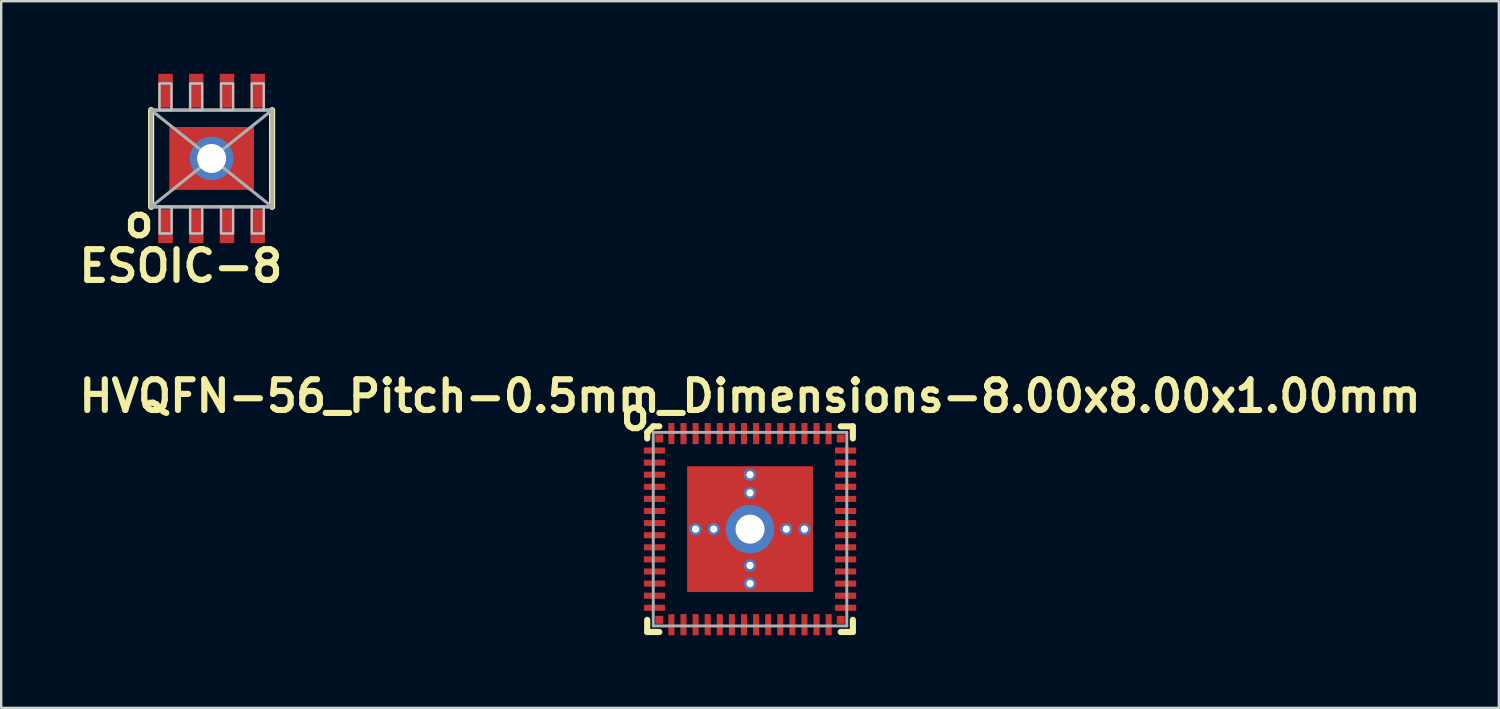
<source format=kicad_pcb>
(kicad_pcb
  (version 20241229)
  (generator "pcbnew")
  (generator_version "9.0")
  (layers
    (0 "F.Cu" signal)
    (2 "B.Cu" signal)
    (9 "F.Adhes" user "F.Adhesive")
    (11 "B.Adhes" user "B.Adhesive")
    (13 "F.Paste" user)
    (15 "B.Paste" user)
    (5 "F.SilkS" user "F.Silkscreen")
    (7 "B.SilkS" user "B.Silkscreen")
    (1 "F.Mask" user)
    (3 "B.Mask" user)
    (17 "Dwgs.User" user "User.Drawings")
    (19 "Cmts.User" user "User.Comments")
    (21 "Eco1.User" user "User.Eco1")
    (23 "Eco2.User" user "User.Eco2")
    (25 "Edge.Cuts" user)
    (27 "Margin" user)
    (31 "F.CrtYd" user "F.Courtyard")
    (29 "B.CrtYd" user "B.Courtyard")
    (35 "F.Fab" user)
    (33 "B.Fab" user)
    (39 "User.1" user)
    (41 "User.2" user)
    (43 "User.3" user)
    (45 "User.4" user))
  (footprint "HVQFN-56_Pitch-0.5mm_Dimensions-8.00x8.00x1.00mm"
    (layer "F.Cu")
    (at 27.952 18.822)
    (property "Reference" "HVQFN-56_Pitch-0.5mm_Dimensions-8.00x8.00x1.00mm" (at 0 -5.5 0) (layer "F.SilkS") (effects (font (size 1.27 1.27) (thickness 0.254))))
    (attr smd)
    (fp_line (start -4.25 -4) (end -4.25 -3.75) (stroke (width 0.254) (type solid)) (layer "F.SilkS"))
    (fp_line (start -4.25 3.75) (end -4.25 4.25) (stroke (width 0.254) (type solid)) (layer "F.SilkS"))
    (fp_line (start -4.25 4.25) (end -3.75 4.25) (stroke (width 0.254) (type solid)) (layer "F.SilkS"))
    (fp_line (start -4 -4.25) (end -4.25 -4) (stroke (width 0.254) (type solid)) (layer "F.SilkS"))
    (fp_line (start -3.75 -4.25) (end -4 -4.25) (stroke (width 0.254) (type solid)) (layer "F.SilkS"))
    (fp_line (start 3.75 4.25) (end 4.25 4.25) (stroke (width 0.254) (type solid)) (layer "F.SilkS"))
    (fp_line (start 4.25 -4.25) (end 3.75 -4.25) (stroke (width 0.254) (type solid)) (layer "F.SilkS"))
    (fp_line (start 4.25 -3.75) (end 4.25 -4.25) (stroke (width 0.254) (type solid)) (layer "F.SilkS"))
    (fp_line (start 4.25 4.25) (end 4.25 3.75) (stroke (width 0.254) (type solid)) (layer "F.SilkS"))
    (fp_line (start -4 -4) (end 4 -4) (stroke (width 0.12) (type solid)) (layer "F.Fab"))
    (fp_line (start -4 4) (end -4 -4) (stroke (width 0.12) (type solid)) (layer "F.Fab"))
    (fp_line (start 4 -4) (end 4 4) (stroke (width 0.12) (type solid)) (layer "F.Fab"))
    (fp_line (start 4 4) (end -4 4) (stroke (width 0.12) (type solid)) (layer "F.Fab"))
    (fp_text user "o" (at -4.75 -4.75 0) (layer "F.SilkS") (effects (font (size 1.27 1.27) (thickness 0.254))))
    (pad "" smd rect (at -1.5 -1.5 180) (size 2 2) (layers "F.Paste"))
    (pad "" smd rect (at -1.5 1.5 180) (size 2 2) (layers "F.Paste"))
    (pad "" smd rect (at 1.5 -1.5 180) (size 2 2) (layers "F.Paste"))
    (pad "" smd rect (at 1.5 1.5 180) (size 2 2) (layers "F.Paste"))
    (pad "0" smd rect (at -3.75 -3.75 90) (size 0.33 0.33) (layers "F.Cu" "F.Mask" "F.Paste"))
    (pad "0" smd rect (at -3.75 3.75 90) (size 0.33 0.33) (layers "F.Cu" "F.Mask" "F.Paste"))
    (pad "0" smd rect (at 3.75 -3.75 90) (size 0.33 0.33) (layers "F.Cu" "F.Mask" "F.Paste"))
    (pad "0" smd rect (at 3.75 3.75 90) (size 0.33 0.33) (layers "F.Cu" "F.Mask" "F.Paste"))
    (pad "1" smd rect (at -3.95 -3.25 90) (size 0.25 0.875) (layers "F.Cu" "F.Mask" "F.Paste"))
    (pad "2" smd rect (at -3.95 -2.75 90) (size 0.25 0.875) (layers "F.Cu" "F.Mask" "F.Paste"))
    (pad "3" smd rect (at -3.95 -2.25 90) (size 0.25 0.875) (layers "F.Cu" "F.Mask" "F.Paste"))
    (pad "4" smd rect (at -3.95 -1.75 90) (size 0.25 0.875) (layers "F.Cu" "F.Mask" "F.Paste"))
    (pad "5" smd rect (at -3.95 -1.25 90) (size 0.25 0.875) (layers "F.Cu" "F.Mask" "F.Paste"))
    (pad "6" smd rect (at -3.95 -0.75 90) (size 0.25 0.875) (layers "F.Cu" "F.Mask" "F.Paste"))
    (pad "7" smd rect (at -3.95 -0.25 90) (size 0.25 0.875) (layers "F.Cu" "F.Mask" "F.Paste"))
    (pad "8" smd rect (at -3.95 0.25 90) (size 0.25 0.875) (layers "F.Cu" "F.Mask" "F.Paste"))
    (pad "9" smd rect (at -3.95 0.75 90) (size 0.25 0.875) (layers "F.Cu" "F.Mask" "F.Paste"))
    (pad "10" smd rect (at -3.95 1.25 90) (size 0.25 0.875) (layers "F.Cu" "F.Mask" "F.Paste"))
    (pad "11" smd rect (at -3.95 1.75 90) (size 0.25 0.875) (layers "F.Cu" "F.Mask" "F.Paste"))
    (pad "12" smd rect (at -3.95 2.25 90) (size 0.25 0.875) (layers "F.Cu" "F.Mask" "F.Paste"))
    (pad "13" smd rect (at -3.95 2.75 90) (size 0.25 0.875) (layers "F.Cu" "F.Mask" "F.Paste"))
    (pad "14" smd rect (at -3.95 3.25 90) (size 0.25 0.875) (layers "F.Cu" "F.Mask" "F.Paste"))
    (pad "15" smd rect (at -3.25 3.95 180) (size 0.25 0.875) (layers "F.Cu" "F.Mask" "F.Paste"))
    (pad "16" smd rect (at -2.75 3.95 180) (size 0.25 0.875) (layers "F.Cu" "F.Mask" "F.Paste"))
    (pad "17" smd rect (at -2.25 3.95 180) (size 0.25 0.875) (layers "F.Cu" "F.Mask" "F.Paste"))
    (pad "18" smd rect (at -1.75 3.95 180) (size 0.25 0.875) (layers "F.Cu" "F.Mask" "F.Paste"))
    (pad "19" smd rect (at -1.25 3.95 180) (size 0.25 0.875) (layers "F.Cu" "F.Mask" "F.Paste"))
    (pad "20" smd rect (at -0.75 3.95 180) (size 0.25 0.875) (layers "F.Cu" "F.Mask" "F.Paste"))
    (pad "21" smd rect (at -0.25 3.95 180) (size 0.25 0.875) (layers "F.Cu" "F.Mask" "F.Paste"))
    (pad "22" smd rect (at 0.25 3.95 180) (size 0.25 0.875) (layers "F.Cu" "F.Mask" "F.Paste"))
    (pad "23" smd rect (at 0.75 3.95 180) (size 0.25 0.875) (layers "F.Cu" "F.Mask" "F.Paste"))
    (pad "24" smd rect (at 1.25 3.95 180) (size 0.25 0.875) (layers "F.Cu" "F.Mask" "F.Paste"))
    (pad "25" smd rect (at 1.75 3.95 180) (size 0.25 0.875) (layers "F.Cu" "F.Mask" "F.Paste"))
    (pad "26" smd rect (at 2.25 3.95 180) (size 0.25 0.875) (layers "F.Cu" "F.Mask" "F.Paste"))
    (pad "27" smd rect (at 2.75 3.95 180) (size 0.25 0.875) (layers "F.Cu" "F.Mask" "F.Paste"))
    (pad "28" smd rect (at 3.25 3.95 180) (size 0.25 0.875) (layers "F.Cu" "F.Mask" "F.Paste"))
    (pad "29" smd rect (at 3.95 3.25 90) (size 0.25 0.875) (layers "F.Cu" "F.Mask" "F.Paste"))
    (pad "30" smd rect (at 3.95 2.75 90) (size 0.25 0.875) (layers "F.Cu" "F.Mask" "F.Paste"))
    (pad "31" smd rect (at 3.95 2.25 90) (size 0.25 0.875) (layers "F.Cu" "F.Mask" "F.Paste"))
    (pad "32" smd rect (at 3.95 1.75 90) (size 0.25 0.875) (layers "F.Cu" "F.Mask" "F.Paste"))
    (pad "33" smd rect (at 3.95 1.25 90) (size 0.25 0.875) (layers "F.Cu" "F.Mask" "F.Paste"))
    (pad "34" smd rect (at 3.95 0.75 90) (size 0.25 0.875) (layers "F.Cu" "F.Mask" "F.Paste"))
    (pad "35" smd rect (at 3.95 0.25 90) (size 0.25 0.875) (layers "F.Cu" "F.Mask" "F.Paste"))
    (pad "36" smd rect (at 3.95 -0.25 90) (size 0.25 0.875) (layers "F.Cu" "F.Mask" "F.Paste"))
    (pad "37" smd rect (at 3.95 -0.75 90) (size 0.25 0.875) (layers "F.Cu" "F.Mask" "F.Paste"))
    (pad "38" smd rect (at 3.95 -1.25 90) (size 0.25 0.875) (layers "F.Cu" "F.Mask" "F.Paste"))
    (pad "39" smd rect (at 3.95 -1.75 90) (size 0.25 0.875) (layers "F.Cu" "F.Mask" "F.Paste"))
    (pad "40" smd rect (at 3.95 -2.25 90) (size 0.25 0.875) (layers "F.Cu" "F.Mask" "F.Paste"))
    (pad "41" smd rect (at 3.95 -2.75 90) (size 0.25 0.875) (layers "F.Cu" "F.Mask" "F.Paste"))
    (pad "42" smd rect (at 3.95 -3.25 90) (size 0.25 0.875) (layers "F.Cu" "F.Mask" "F.Paste"))
    (pad "43" smd rect (at 3.25 -3.95 180) (size 0.25 0.875) (layers "F.Cu" "F.Mask" "F.Paste"))
    (pad "44" smd rect (at 2.75 -3.95 180) (size 0.25 0.875) (layers "F.Cu" "F.Mask" "F.Paste"))
    (pad "45" smd rect (at 2.25 -3.95 180) (size 0.25 0.875) (layers "F.Cu" "F.Mask" "F.Paste"))
    (pad "46" smd rect (at 1.75 -3.95 180) (size 0.25 0.875) (layers "F.Cu" "F.Mask" "F.Paste"))
    (pad "47" smd rect (at 1.25 -3.95 180) (size 0.25 0.875) (layers "F.Cu" "F.Mask" "F.Paste"))
    (pad "48" smd rect (at 0.75 -3.95 180) (size 0.25 0.875) (layers "F.Cu" "F.Mask" "F.Paste"))
    (pad "49" smd rect (at 0.25 -3.95 180) (size 0.25 0.875) (layers "F.Cu" "F.Mask" "F.Paste"))
    (pad "50" smd rect (at -0.25 -3.95 180) (size 0.25 0.875) (layers "F.Cu" "F.Mask" "F.Paste"))
    (pad "51" smd rect (at -0.75 -3.95 180) (size 0.25 0.875) (layers "F.Cu" "F.Mask" "F.Paste"))
    (pad "52" smd rect (at -1.25 -3.95 180) (size 0.25 0.875) (layers "F.Cu" "F.Mask" "F.Paste"))
    (pad "53" smd rect (at -1.75 -3.95 180) (size 0.25 0.875) (layers "F.Cu" "F.Mask" "F.Paste"))
    (pad "54" smd rect (at -2.25 -3.95 180) (size 0.25 0.875) (layers "F.Cu" "F.Mask" "F.Paste"))
    (pad "55" smd rect (at -2.75 -3.95 180) (size 0.25 0.875) (layers "F.Cu" "F.Mask" "F.Paste"))
    (pad "56" smd rect (at -3.25 -3.95 180) (size 0.25 0.875) (layers "F.Cu" "F.Mask" "F.Paste"))
    (pad "57" thru_hole oval (at -2.25 0 180) (size 0.5 0.5) (drill 0.3) (layers "*.Cu"))
    (pad "57" thru_hole oval (at -1.5 0 180) (size 0.5 0.5) (drill 0.3) (layers "*.Cu"))
    (pad "57" thru_hole oval (at 0 -2.25 270) (size 0.5 0.5) (drill 0.3) (layers "*.Cu"))
    (pad "57" thru_hole oval (at 0 -1.5 270) (size 0.5 0.5) (drill 0.3) (layers "*.Cu"))
    (pad "57" thru_hole oval (at 0 0 180) (size 2 2) (drill 1.2) (layers "*.Cu" "*.Mask"))
    (pad "57" smd rect (at 0 0 180) (size 5.2 5.2) (layers "F.Cu" "F.Mask"))
    (pad "57" thru_hole oval (at 0 1.5 270) (size 0.5 0.5) (drill 0.3) (layers "*.Cu"))
    (pad "57" thru_hole oval (at 0 2.25 270) (size 0.5 0.5) (drill 0.3) (layers "*.Cu"))
    (pad "57" thru_hole oval (at 1.5 0 180) (size 0.5 0.5) (drill 0.3) (layers "*.Cu"))
    (pad "57" thru_hole oval (at 2.25 0 180) (size 0.5 0.5) (drill 0.3) (layers "*.Cu")))
  (footprint "ESOIC-8"
    (layer "F.Cu")
    (at 5.697 3.5)
    (property "Reference" "ESOIC-8" (at -1.27 4.445 0) (layer "F.SilkS") (effects (font (size 1.27 1.27) (thickness 0.254))))
    (attr smd)
    (fp_line (start -2.5 -2) (end -2.5 2) (stroke (width 0.254) (type solid)) (layer "F.SilkS"))
    (fp_line (start 2.5 -2) (end 2.5 2) (stroke (width 0.254) (type solid)) (layer "F.SilkS"))
    (fp_line (start -2.149 -3.099) (end -1.659 -3.099) (stroke (width 0.066) (type solid)) (layer "Dwgs.User"))
    (fp_line (start -2.149 -1.999) (end -2.149 -3.099) (stroke (width 0.066) (type solid)) (layer "Dwgs.User"))
    (fp_line (start -2.149 -1.999) (end -1.659 -1.999) (stroke (width 0.066) (type solid)) (layer "Dwgs.User"))
    (fp_line (start -2.149 1.999) (end -1.659 1.999) (stroke (width 0.066) (type solid)) (layer "Dwgs.User"))
    (fp_line (start -2.149 3.099) (end -2.149 1.999) (stroke (width 0.066) (type solid)) (layer "Dwgs.User"))
    (fp_line (start -2.149 3.099) (end -1.659 3.099) (stroke (width 0.066) (type solid)) (layer "Dwgs.User"))
    (fp_line (start -1.659 -1.999) (end -1.659 -3.099) (stroke (width 0.066) (type solid)) (layer "Dwgs.User"))
    (fp_line (start -1.659 3.099) (end -1.659 1.999) (stroke (width 0.066) (type solid)) (layer "Dwgs.User"))
    (fp_line (start -0.879 -3.099) (end -0.389 -3.099) (stroke (width 0.066) (type solid)) (layer "Dwgs.User"))
    (fp_line (start -0.879 -1.999) (end -0.879 -3.099) (stroke (width 0.066) (type solid)) (layer "Dwgs.User"))
    (fp_line (start -0.879 -1.999) (end -0.389 -1.999) (stroke (width 0.066) (type solid)) (layer "Dwgs.User"))
    (fp_line (start -0.879 1.999) (end -0.389 1.999) (stroke (width 0.066) (type solid)) (layer "Dwgs.User"))
    (fp_line (start -0.879 3.099) (end -0.879 1.999) (stroke (width 0.066) (type solid)) (layer "Dwgs.User"))
    (fp_line (start -0.879 3.099) (end -0.389 3.099) (stroke (width 0.066) (type solid)) (layer "Dwgs.User"))
    (fp_line (start -0.389 -1.999) (end -0.389 -3.099) (stroke (width 0.066) (type solid)) (layer "Dwgs.User"))
    (fp_line (start -0.389 3.099) (end -0.389 1.999) (stroke (width 0.066) (type solid)) (layer "Dwgs.User"))
    (fp_line (start 0.389 -3.099) (end 0.879 -3.099) (stroke (width 0.066) (type solid)) (layer "Dwgs.User"))
    (fp_line (start 0.389 -1.999) (end 0.389 -3.099) (stroke (width 0.066) (type solid)) (layer "Dwgs.User"))
    (fp_line (start 0.389 -1.999) (end 0.879 -1.999) (stroke (width 0.066) (type solid)) (layer "Dwgs.User"))
    (fp_line (start 0.389 1.999) (end 0.879 1.999) (stroke (width 0.066) (type solid)) (layer "Dwgs.User"))
    (fp_line (start 0.389 3.099) (end 0.389 1.999) (stroke (width 0.066) (type solid)) (layer "Dwgs.User"))
    (fp_line (start 0.389 3.099) (end 0.879 3.099) (stroke (width 0.066) (type solid)) (layer "Dwgs.User"))
    (fp_line (start 0.879 -1.999) (end 0.879 -3.099) (stroke (width 0.066) (type solid)) (layer "Dwgs.User"))
    (fp_line (start 0.879 3.099) (end 0.879 1.999) (stroke (width 0.066) (type solid)) (layer "Dwgs.User"))
    (fp_line (start 1.659 -3.099) (end 2.149 -3.099) (stroke (width 0.066) (type solid)) (layer "Dwgs.User"))
    (fp_line (start 1.659 -1.999) (end 1.659 -3.099) (stroke (width 0.066) (type solid)) (layer "Dwgs.User"))
    (fp_line (start 1.659 -1.999) (end 2.149 -1.999) (stroke (width 0.066) (type solid)) (layer "Dwgs.User"))
    (fp_line (start 1.659 1.999) (end 2.149 1.999) (stroke (width 0.066) (type solid)) (layer "Dwgs.User"))
    (fp_line (start 1.659 3.099) (end 1.659 1.999) (stroke (width 0.066) (type solid)) (layer "Dwgs.User"))
    (fp_line (start 1.659 3.099) (end 2.149 3.099) (stroke (width 0.066) (type solid)) (layer "Dwgs.User"))
    (fp_line (start 2.149 -1.999) (end 2.149 -3.099) (stroke (width 0.066) (type solid)) (layer "Dwgs.User"))
    (fp_line (start 2.149 3.099) (end 2.149 1.999) (stroke (width 0.066) (type solid)) (layer "Dwgs.User"))
    (fp_line (start -2.5 -2) (end 2.5 -2) (stroke (width 0.15) (type solid)) (layer "F.Fab"))
    (fp_line (start -2.5 -2) (end 2.5 2) (stroke (width 0.127) (type solid)) (layer "F.Fab"))
    (fp_line (start -2.5 2) (end -2.5 -2) (stroke (width 0.15) (type solid)) (layer "F.Fab"))
    (fp_line (start -2.5 2) (end 2.5 -2) (stroke (width 0.127) (type solid)) (layer "F.Fab"))
    (fp_line (start 2.5 -2) (end 2.5 2) (stroke (width 0.15) (type solid)) (layer "F.Fab"))
    (fp_line (start 2.5 2) (end -2.5 2) (stroke (width 0.15) (type solid)) (layer "F.Fab"))
    (fp_poly (pts (xy -1.66 -2) (xy -2.16 -2) (xy -2.16 -3.1) (xy -1.66 -3.1)) (stroke (width 0.1) (type solid)) (fill no) (layer "F.Fab"))
    (fp_poly (pts (xy -1.65 3.1) (xy -2.15 3.1) (xy -2.15 2) (xy -1.65 2)) (stroke (width 0.1) (type solid)) (fill no) (layer "F.Fab"))
    (fp_poly (pts (xy -0.39 -2) (xy -0.89 -2) (xy -0.89 -3.1) (xy -0.39 -3.1)) (stroke (width 0.1) (type solid)) (fill no) (layer "F.Fab"))
    (fp_poly (pts (xy -0.39 3.1) (xy -0.89 3.1) (xy -0.89 2) (xy -0.39 2)) (stroke (width 0.1) (type solid)) (fill no) (layer "F.Fab"))
    (fp_poly (pts (xy 0.89 -2) (xy 0.39 -2) (xy 0.39 -3.1) (xy 0.89 -3.1)) (stroke (width 0.1) (type solid)) (fill no) (layer "F.Fab"))
    (fp_poly (pts (xy 0.89 3.1) (xy 0.39 3.1) (xy 0.39 2) (xy 0.89 2)) (stroke (width 0.1) (type solid)) (fill no) (layer "F.Fab"))
    (fp_poly (pts (xy 2.16 -2) (xy 1.66 -2) (xy 1.66 -3.1) (xy 2.16 -3.1)) (stroke (width 0.1) (type solid)) (fill no) (layer "F.Fab"))
    (fp_poly (pts (xy 2.16 3.1) (xy 1.66 3.1) (xy 1.66 2) (xy 2.16 2)) (stroke (width 0.1) (type solid)) (fill no) (layer "F.Fab"))
    (fp_text user "o" (at -3 2.6 0) (layer "F.SilkS") (effects (font (size 1.27 1.27) (thickness 0.254))))
    (pad "1" smd rect (at -1.905 2.8) (size 0.6 1.4) (layers "F.Cu" "F.Mask" "F.Paste"))
    (pad "2" smd rect (at -0.635 2.8) (size 0.6 1.4) (layers "F.Cu" "F.Mask" "F.Paste"))
    (pad "3" smd rect (at 0.635 2.8) (size 0.6 1.4) (layers "F.Cu" "F.Mask" "F.Paste"))
    (pad "4" smd rect (at 1.905 2.8) (size 0.6 1.4) (layers "F.Cu" "F.Mask" "F.Paste"))
    (pad "5" smd rect (at 1.905 -2.8) (size 0.6 1.4) (layers "F.Cu" "F.Mask" "F.Paste"))
    (pad "6" smd rect (at 0.635 -2.8) (size 0.6 1.4) (layers "F.Cu" "F.Mask" "F.Paste"))
    (pad "7" smd rect (at -0.635 -2.8) (size 0.6 1.4) (layers "F.Cu" "F.Mask" "F.Paste"))
    (pad "8" smd rect (at -1.905 -2.8) (size 0.6 1.4) (layers "F.Cu" "F.Mask" "F.Paste"))
    (pad "9" thru_hole circle (at 0 0) (size 1.8 1.8) (drill 1.2) (layers "*.Cu" "*.Mask"))
    (pad "9" smd rect (at 0 0 90) (size 2.6 3.5) (layers "F.Cu" "F.Mask" "F.Paste")))
  (gr_rect
    (start -3 -3)
    (end 58.904 26.21)
    (stroke (width 0.1) (type default))
    (fill no)
    (layer "Edge.Cuts")))
</source>
